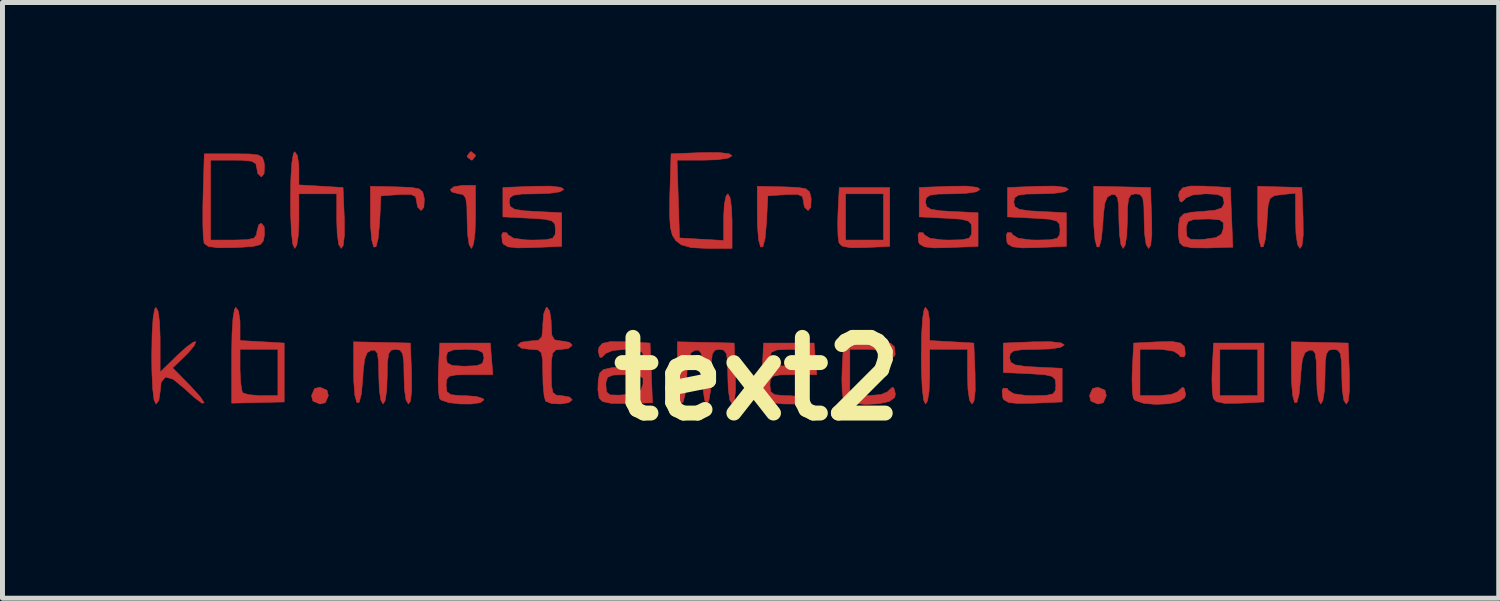
<source format=kicad_pcb>
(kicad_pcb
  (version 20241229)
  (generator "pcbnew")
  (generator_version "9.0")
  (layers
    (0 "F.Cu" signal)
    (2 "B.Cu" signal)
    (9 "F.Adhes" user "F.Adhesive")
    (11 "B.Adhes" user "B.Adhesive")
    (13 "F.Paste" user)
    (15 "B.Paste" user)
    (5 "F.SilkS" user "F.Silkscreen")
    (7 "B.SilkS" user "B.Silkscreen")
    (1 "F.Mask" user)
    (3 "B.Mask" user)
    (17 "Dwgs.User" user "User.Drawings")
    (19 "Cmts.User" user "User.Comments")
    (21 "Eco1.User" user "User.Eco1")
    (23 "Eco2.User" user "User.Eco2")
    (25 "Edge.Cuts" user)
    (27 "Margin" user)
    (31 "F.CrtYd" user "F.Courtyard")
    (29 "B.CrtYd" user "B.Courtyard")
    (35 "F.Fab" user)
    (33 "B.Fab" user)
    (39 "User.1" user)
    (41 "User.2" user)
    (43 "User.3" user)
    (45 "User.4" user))
  (footprint "text2"
    (layer "F.Cu")
    (at 12.197 4.577)
    (property "Reference" "text2" (at 0 0 0) (layer "F.SilkS") (effects (font (size 1.524 1.524) (thickness 0.3))))
    (attr through_hole)
    (fp_poly (pts (xy -8.664 0.229) (xy -8.636 0.339) (xy -8.696 0.48) (xy -8.805 0.508) (xy -8.947 0.448) (xy -8.975 0.339) (xy -8.915 0.197) (xy -8.805 0.169) (xy -8.664 0.229)) (stroke (width 0.01) (type solid)) (fill yes) (layer "F.Cu"))
    (fp_poly (pts (xy -5.675 -4.508) (xy -5.673 -4.487) (xy -5.737 -4.405) (xy -5.757 -4.403) (xy -5.84 -4.467) (xy -5.842 -4.487) (xy -5.778 -4.57) (xy -5.757 -4.572) (xy -5.675 -4.508)) (stroke (width 0.01) (type solid)) (fill yes) (layer "F.Cu"))
    (fp_poly (pts (xy 7 0.229) (xy 7.027 0.339) (xy 6.967 0.48) (xy 6.858 0.508) (xy 6.716 0.448) (xy 6.689 0.339) (xy 6.749 0.197) (xy 6.858 0.169) (xy 7 0.229)) (stroke (width 0.01) (type solid)) (fill yes) (layer "F.Cu"))
    (fp_poly (pts (xy 2.667 -2.667) (xy 2.179 -2.642) (xy 1.874 -2.639) (xy 1.704 -2.674) (xy 1.645 -2.736) (xy 1.625 -2.882) (xy 1.619 -3.134) (xy 1.625 -3.354) (xy 1.644 -3.725) (xy 1.778 -3.725) (xy 1.778 -2.794) (xy 2.54 -2.794) (xy 2.54 -3.725) (xy 1.778 -3.725) (xy 1.644 -3.725) (xy 1.651 -3.852) (xy 2.667 -3.852) (xy 2.667 -2.667)) (stroke (width 0.01) (type solid)) (fill yes) (layer "F.Cu"))
    (fp_poly (pts (xy 10.202 0.466) (xy 9.714 0.491) (xy 9.409 0.494) (xy 9.24 0.458) (xy 9.181 0.397) (xy 9.16 0.251) (xy 9.154 -0.001) (xy 9.161 -0.221) (xy 9.18 -0.593) (xy 9.313 -0.593) (xy 9.313 0.339) (xy 10.075 0.339) (xy 10.075 -0.593) (xy 9.313 -0.593) (xy 9.18 -0.593) (xy 9.186 -0.72) (xy 10.202 -0.72) (xy 10.202 0.466)) (stroke (width 0.01) (type solid)) (fill yes) (layer "F.Cu"))
    (fp_poly (pts (xy -5.673 -3.26) (xy -5.683 -2.94) (xy -5.712 -2.717) (xy -5.753 -2.625) (xy -5.757 -2.625) (xy -5.802 -2.702) (xy -5.832 -2.908) (xy -5.842 -3.175) (xy -5.847 -3.473) (xy -5.871 -3.639) (xy -5.924 -3.711) (xy -6.011 -3.725) (xy -6.149 -3.761) (xy -6.181 -3.81) (xy -6.107 -3.869) (xy -5.93 -3.895) (xy -5.927 -3.895) (xy -5.673 -3.895) (xy -5.673 -3.26)) (stroke (width 0.01) (type solid)) (fill yes) (layer "F.Cu"))
    (fp_poly (pts (xy -7.26 -3.865) (xy -6.971 -3.854) (xy -6.81 -3.826) (xy -6.736 -3.763) (xy -6.707 -3.646) (xy -6.704 -3.619) (xy -6.713 -3.452) (xy -6.768 -3.387) (xy -6.84 -3.458) (xy -6.858 -3.561) (xy -6.879 -3.669) (xy -6.973 -3.713) (xy -7.184 -3.711) (xy -7.218 -3.709) (xy -7.578 -3.683) (xy -7.603 -3.154) (xy -7.633 -2.826) (xy -7.676 -2.661) (xy -7.723 -2.653) (xy -7.763 -2.797) (xy -7.787 -3.087) (xy -7.789 -3.251) (xy -7.789 -3.877) (xy -7.26 -3.865)) (stroke (width 0.01) (type solid)) (fill yes) (layer "F.Cu"))
    (fp_poly (pts (xy 0.529 -3.865) (xy 0.819 -3.854) (xy 0.98 -3.826) (xy 1.054 -3.763) (xy 1.082 -3.646) (xy 1.085 -3.619) (xy 1.077 -3.452) (xy 1.022 -3.387) (xy 0.949 -3.458) (xy 0.931 -3.561) (xy 0.91 -3.669) (xy 0.816 -3.713) (xy 0.605 -3.711) (xy 0.572 -3.709) (xy 0.212 -3.683) (xy 0.186 -3.154) (xy 0.157 -2.826) (xy 0.113 -2.661) (xy 0.067 -2.653) (xy 0.026 -2.797) (xy 0.003 -3.087) (xy 0 -3.251) (xy 0 -3.877) (xy 0.529 -3.865)) (stroke (width 0.01) (type solid)) (fill yes) (layer "F.Cu"))
    (fp_poly (pts (xy 10.52 -3.864) (xy 10.964 -3.852) (xy 10.989 -3.239) (xy 10.992 -2.894) (xy 10.967 -2.684) (xy 10.926 -2.625) (xy 10.877 -2.704) (xy 10.846 -2.919) (xy 10.837 -3.18) (xy 10.837 -3.736) (xy 10.562 -3.71) (xy 10.412 -3.689) (xy 10.327 -3.635) (xy 10.287 -3.508) (xy 10.267 -3.267) (xy 10.262 -3.154) (xy 10.232 -2.826) (xy 10.189 -2.661) (xy 10.142 -2.653) (xy 10.102 -2.797) (xy 10.078 -3.088) (xy 10.075 -3.251) (xy 10.075 -3.877) (xy 10.52 -3.864)) (stroke (width 0.01) (type solid)) (fill yes) (layer "F.Cu"))
    (fp_poly (pts (xy -10.445 -1.364) (xy -10.416 -1.177) (xy -10.414 -1.105) (xy -10.414 -0.771) (xy -9.525 -0.72) (xy -9.525 0.466) (xy -10.054 0.478) (xy -10.583 0.49) (xy -10.583 -0.474) (xy -10.581 -0.593) (xy -10.414 -0.593) (xy -10.414 -0.183) (xy -10.403 0.067) (xy -10.376 0.242) (xy -10.358 0.282) (xy -10.243 0.319) (xy -10.032 0.338) (xy -9.977 0.339) (xy -9.652 0.339) (xy -9.652 -0.593) (xy -10.414 -0.593) (xy -10.581 -0.593) (xy -10.576 -0.905) (xy -10.556 -1.222) (xy -10.525 -1.403) (xy -10.499 -1.439) (xy -10.445 -1.364)) (stroke (width 0.01) (type solid)) (fill yes) (layer "F.Cu"))
    (fp_poly (pts (xy 3.44 -1.364) (xy 3.469 -1.177) (xy 3.471 -1.105) (xy 3.471 -0.771) (xy 4.36 -0.72) (xy 4.385 -0.106) (xy 4.388 0.238) (xy 4.363 0.448) (xy 4.322 0.508) (xy 4.273 0.429) (xy 4.242 0.214) (xy 4.233 -0.042) (xy 4.233 -0.593) (xy 3.471 -0.593) (xy 3.471 -0.042) (xy 3.459 0.245) (xy 3.428 0.442) (xy 3.387 0.508) (xy 3.349 0.427) (xy 3.321 0.197) (xy 3.305 -0.161) (xy 3.302 -0.466) (xy 3.309 -0.899) (xy 3.329 -1.218) (xy 3.36 -1.402) (xy 3.387 -1.439) (xy 3.44 -1.364)) (stroke (width 0.01) (type solid)) (fill yes) (layer "F.Cu"))
    (fp_poly (pts (xy -9.26 -4.497) (xy -9.231 -4.31) (xy -9.229 -4.238) (xy -9.229 -3.904) (xy -8.784 -3.878) (xy -8.34 -3.852) (xy -8.315 -3.239) (xy -8.312 -2.894) (xy -8.337 -2.684) (xy -8.378 -2.625) (xy -8.427 -2.704) (xy -8.458 -2.919) (xy -8.467 -3.175) (xy -8.467 -3.725) (xy -9.229 -3.725) (xy -9.229 -3.175) (xy -9.241 -2.887) (xy -9.272 -2.691) (xy -9.313 -2.625) (xy -9.351 -2.706) (xy -9.379 -2.936) (xy -9.395 -3.294) (xy -9.398 -3.598) (xy -9.391 -4.032) (xy -9.371 -4.35) (xy -9.34 -4.534) (xy -9.313 -4.572) (xy -9.26 -4.497)) (stroke (width 0.01) (type solid)) (fill yes) (layer "F.Cu"))
    (fp_poly (pts (xy -0.568 -4.532) (xy -0.508 -4.491) (xy -0.587 -4.443) (xy -0.802 -4.411) (xy -1.062 -4.403) (xy -1.615 -4.403) (xy -1.566 -2.836) (xy -0.677 -2.785) (xy -0.677 -3.255) (xy -0.664 -3.512) (xy -0.628 -3.682) (xy -0.593 -3.725) (xy -0.548 -3.648) (xy -0.518 -3.442) (xy -0.508 -3.175) (xy -0.508 -2.625) (xy -1.003 -2.625) (xy -1.326 -2.641) (xy -1.529 -2.697) (xy -1.641 -2.783) (xy -1.71 -2.891) (xy -1.751 -3.051) (xy -1.766 -3.3) (xy -1.762 -3.676) (xy -1.76 -3.736) (xy -1.736 -4.53) (xy -1.122 -4.555) (xy -0.778 -4.557) (xy -0.568 -4.532)) (stroke (width 0.01) (type solid)) (fill yes) (layer "F.Cu"))
    (fp_poly (pts (xy 2.682 -0.719) (xy 2.759 -0.647) (xy 2.763 -0.636) (xy 2.776 -0.488) (xy 2.751 -0.441) (xy 2.671 -0.447) (xy 2.648 -0.487) (xy 2.542 -0.556) (xy 2.314 -0.591) (xy 2.237 -0.593) (xy 1.863 -0.593) (xy 1.863 0.339) (xy 2.237 0.339) (xy 2.491 0.316) (xy 2.634 0.255) (xy 2.648 0.233) (xy 2.719 0.171) (xy 2.751 0.187) (xy 2.781 0.307) (xy 2.765 0.377) (xy 2.656 0.456) (xy 2.442 0.502) (xy 2.182 0.515) (xy 1.937 0.493) (xy 1.767 0.436) (xy 1.728 0.393) (xy 1.709 0.249) (xy 1.703 -0.001) (xy 1.71 -0.221) (xy 1.736 -0.72) (xy 2.224 -0.745) (xy 2.517 -0.75) (xy 2.682 -0.719)) (stroke (width 0.01) (type solid)) (fill yes) (layer "F.Cu"))
    (fp_poly (pts (xy 8.524 -0.719) (xy 8.601 -0.647) (xy 8.605 -0.636) (xy 8.618 -0.488) (xy 8.593 -0.441) (xy 8.513 -0.447) (xy 8.49 -0.487) (xy 8.384 -0.556) (xy 8.156 -0.591) (xy 8.079 -0.593) (xy 7.705 -0.593) (xy 7.705 0.339) (xy 8.079 0.339) (xy 8.333 0.316) (xy 8.476 0.255) (xy 8.49 0.233) (xy 8.561 0.171) (xy 8.593 0.187) (xy 8.623 0.307) (xy 8.607 0.377) (xy 8.498 0.456) (xy 8.284 0.502) (xy 8.024 0.515) (xy 7.779 0.493) (xy 7.609 0.436) (xy 7.57 0.393) (xy 7.551 0.249) (xy 7.545 -0.001) (xy 7.552 -0.221) (xy 7.578 -0.72) (xy 8.066 -0.745) (xy 8.359 -0.75) (xy 8.524 -0.719)) (stroke (width 0.01) (type solid)) (fill yes) (layer "F.Cu"))
    (fp_poly (pts (xy -12.065 -1.36) (xy -12.035 -1.146) (xy -12.023 -0.829) (xy -12.023 -0.787) (xy -12.023 -0.135) (xy -11.686 -0.464) (xy -11.495 -0.637) (xy -11.354 -0.738) (xy -11.305 -0.75) (xy -11.333 -0.672) (xy -11.455 -0.526) (xy -11.517 -0.464) (xy -11.771 -0.22) (xy -11.413 0.144) (xy -11.212 0.366) (xy -11.137 0.484) (xy -11.179 0.491) (xy -11.328 0.382) (xy -11.525 0.202) (xy -11.759 0.009) (xy -11.917 -0.036) (xy -12.003 0.07) (xy -12.023 0.259) (xy -12.048 0.435) (xy -12.107 0.508) (xy -12.145 0.427) (xy -12.173 0.197) (xy -12.189 -0.161) (xy -12.192 -0.466) (xy -12.185 -0.899) (xy -12.165 -1.218) (xy -12.134 -1.402) (xy -12.107 -1.439) (xy -12.065 -1.36)) (stroke (width 0.01) (type solid)) (fill yes) (layer "F.Cu"))
    (fp_poly (pts (xy -6.985 -0.72) (xy -6.96 -0.106) (xy -6.958 0.238) (xy -6.982 0.448) (xy -7.024 0.508) (xy -7.072 0.429) (xy -7.103 0.214) (xy -7.112 -0.042) (xy -7.117 -0.34) (xy -7.141 -0.506) (xy -7.194 -0.578) (xy -7.281 -0.593) (xy -7.373 -0.576) (xy -7.424 -0.499) (xy -7.446 -0.326) (xy -7.451 -0.042) (xy -7.463 0.245) (xy -7.494 0.442) (xy -7.535 0.508) (xy -7.579 0.43) (xy -7.61 0.224) (xy -7.62 -0.049) (xy -7.626 -0.348) (xy -7.648 -0.513) (xy -7.698 -0.576) (xy -7.768 -0.577) (xy -7.854 -0.527) (xy -7.906 -0.393) (xy -7.935 -0.139) (xy -7.942 -0.02) (xy -7.971 0.307) (xy -8.015 0.472) (xy -8.061 0.48) (xy -8.102 0.336) (xy -8.125 0.045) (xy -8.128 -0.118) (xy -8.128 -0.745) (xy -6.985 -0.72)) (stroke (width 0.01) (type solid)) (fill yes) (layer "F.Cu"))
    (fp_poly (pts (xy -0.466 -0.72) (xy -0.441 -0.106) (xy -0.438 0.238) (xy -0.463 0.448) (xy -0.504 0.508) (xy -0.553 0.429) (xy -0.584 0.214) (xy -0.593 -0.042) (xy -0.598 -0.34) (xy -0.621 -0.506) (xy -0.675 -0.578) (xy -0.762 -0.593) (xy -0.854 -0.576) (xy -0.905 -0.499) (xy -0.927 -0.326) (xy -0.931 -0.042) (xy -0.943 0.245) (xy -0.975 0.442) (xy -1.016 0.508) (xy -1.06 0.43) (xy -1.09 0.224) (xy -1.101 -0.049) (xy -1.106 -0.348) (xy -1.129 -0.513) (xy -1.179 -0.576) (xy -1.249 -0.577) (xy -1.335 -0.527) (xy -1.387 -0.393) (xy -1.416 -0.139) (xy -1.422 -0.02) (xy -1.452 0.307) (xy -1.495 0.472) (xy -1.542 0.48) (xy -1.582 0.336) (xy -1.606 0.045) (xy -1.609 -0.118) (xy -1.609 -0.745) (xy -0.466 -0.72)) (stroke (width 0.01) (type solid)) (fill yes) (layer "F.Cu"))
    (fp_poly (pts (xy 11.896 -0.72) (xy 11.921 -0.106) (xy 11.923 0.238) (xy 11.898 0.448) (xy 11.857 0.508) (xy 11.808 0.429) (xy 11.777 0.214) (xy 11.769 -0.042) (xy 11.763 -0.34) (xy 11.74 -0.506) (xy 11.687 -0.578) (xy 11.599 -0.593) (xy 11.508 -0.576) (xy 11.457 -0.499) (xy 11.435 -0.326) (xy 11.43 -0.042) (xy 11.418 0.245) (xy 11.386 0.442) (xy 11.345 0.508) (xy 11.301 0.43) (xy 11.271 0.224) (xy 11.261 -0.049) (xy 11.255 -0.348) (xy 11.232 -0.513) (xy 11.182 -0.576) (xy 11.113 -0.577) (xy 11.027 -0.527) (xy 10.975 -0.393) (xy 10.946 -0.139) (xy 10.939 -0.02) (xy 10.909 0.307) (xy 10.866 0.472) (xy 10.819 0.48) (xy 10.779 0.336) (xy 10.755 0.045) (xy 10.753 -0.118) (xy 10.753 -0.745) (xy 11.896 -0.72)) (stroke (width 0.01) (type solid)) (fill yes) (layer "F.Cu"))
    (fp_poly (pts (xy 7.345 -3.865) (xy 7.916 -3.852) (xy 7.941 -3.239) (xy 7.944 -2.894) (xy 7.919 -2.684) (xy 7.878 -2.625) (xy 7.829 -2.704) (xy 7.798 -2.919) (xy 7.789 -3.175) (xy 7.784 -3.473) (xy 7.761 -3.639) (xy 7.707 -3.711) (xy 7.62 -3.725) (xy 7.528 -3.708) (xy 7.477 -3.632) (xy 7.455 -3.459) (xy 7.451 -3.175) (xy 7.439 -2.887) (xy 7.407 -2.691) (xy 7.366 -2.625) (xy 7.322 -2.703) (xy 7.292 -2.909) (xy 7.281 -3.181) (xy 7.276 -3.481) (xy 7.253 -3.645) (xy 7.203 -3.709) (xy 7.133 -3.71) (xy 7.047 -3.659) (xy 6.995 -3.526) (xy 6.966 -3.272) (xy 6.96 -3.153) (xy 6.93 -2.826) (xy 6.887 -2.661) (xy 6.84 -2.653) (xy 6.8 -2.797) (xy 6.776 -3.087) (xy 6.773 -3.251) (xy 6.773 -3.877) (xy 7.345 -3.865)) (stroke (width 0.01) (type solid)) (fill yes) (layer "F.Cu"))
    (fp_poly (pts (xy -10.231 -4.527) (xy -10.052 -4.508) (xy -9.965 -4.46) (xy -9.931 -4.366) (xy -9.922 -4.297) (xy -9.93 -4.129) (xy -9.985 -4.064) (xy -10.058 -4.135) (xy -10.075 -4.233) (xy -10.096 -4.331) (xy -10.183 -4.382) (xy -10.378 -4.401) (xy -10.541 -4.403) (xy -11.007 -4.403) (xy -11.007 -2.794) (xy -10.541 -2.794) (xy -10.272 -2.801) (xy -10.132 -2.833) (xy -10.08 -2.904) (xy -10.075 -2.963) (xy -10.038 -3.101) (xy -9.985 -3.133) (xy -9.928 -3.061) (xy -9.922 -2.9) (xy -9.945 -2.776) (xy -10.005 -2.704) (xy -10.142 -2.667) (xy -10.395 -2.648) (xy -10.521 -2.642) (xy -10.855 -2.638) (xy -11.051 -2.665) (xy -11.135 -2.726) (xy -11.138 -2.733) (xy -11.155 -2.863) (xy -11.163 -3.12) (xy -11.163 -3.46) (xy -11.158 -3.689) (xy -11.134 -4.53) (xy -10.541 -4.53) (xy -10.231 -4.527)) (stroke (width 0.01) (type solid)) (fill yes) (layer "F.Cu"))
    (fp_poly (pts (xy -3.954 -3.855) (xy -3.895 -3.814) (xy -3.974 -3.765) (xy -4.189 -3.734) (xy -4.445 -3.725) (xy -4.743 -3.72) (xy -4.91 -3.696) (xy -4.981 -3.643) (xy -4.995 -3.56) (xy -4.974 -3.468) (xy -4.885 -3.413) (xy -4.692 -3.383) (xy -4.466 -3.37) (xy -3.937 -3.344) (xy -3.937 -2.667) (xy -4.51 -2.642) (xy -4.829 -2.636) (xy -5.018 -2.657) (xy -5.112 -2.712) (xy -5.134 -2.751) (xy -5.146 -2.899) (xy -5.121 -2.946) (xy -5.042 -2.94) (xy -5.019 -2.9) (xy -4.909 -2.831) (xy -4.655 -2.797) (xy -4.523 -2.794) (xy -4.258 -2.8) (xy -4.122 -2.83) (xy -4.071 -2.903) (xy -4.064 -3.002) (xy -4.076 -3.116) (xy -4.138 -3.181) (xy -4.289 -3.214) (xy -4.567 -3.233) (xy -4.593 -3.234) (xy -5.122 -3.26) (xy -5.122 -3.852) (xy -4.508 -3.877) (xy -4.164 -3.88) (xy -3.954 -3.855)) (stroke (width 0.01) (type solid)) (fill yes) (layer "F.Cu"))
    (fp_poly (pts (xy 4.428 -3.855) (xy 4.487 -3.814) (xy 4.408 -3.765) (xy 4.193 -3.734) (xy 3.937 -3.725) (xy 3.639 -3.72) (xy 3.472 -3.696) (xy 3.401 -3.643) (xy 3.387 -3.56) (xy 3.408 -3.468) (xy 3.497 -3.413) (xy 3.69 -3.383) (xy 3.916 -3.37) (xy 4.445 -3.344) (xy 4.445 -2.667) (xy 3.872 -2.642) (xy 3.553 -2.636) (xy 3.364 -2.657) (xy 3.27 -2.712) (xy 3.248 -2.751) (xy 3.236 -2.899) (xy 3.261 -2.946) (xy 3.34 -2.94) (xy 3.363 -2.9) (xy 3.473 -2.831) (xy 3.727 -2.797) (xy 3.859 -2.794) (xy 4.124 -2.8) (xy 4.26 -2.83) (xy 4.311 -2.903) (xy 4.318 -3.002) (xy 4.306 -3.116) (xy 4.244 -3.181) (xy 4.093 -3.214) (xy 3.815 -3.233) (xy 3.789 -3.234) (xy 3.26 -3.26) (xy 3.26 -3.852) (xy 3.873 -3.877) (xy 4.218 -3.88) (xy 4.428 -3.855)) (stroke (width 0.01) (type solid)) (fill yes) (layer "F.Cu"))
    (fp_poly (pts (xy 6.121 -0.722) (xy 6.181 -0.681) (xy 6.102 -0.632) (xy 5.887 -0.601) (xy 5.63 -0.593) (xy 5.332 -0.587) (xy 5.166 -0.563) (xy 5.094 -0.51) (xy 5.08 -0.427) (xy 5.101 -0.335) (xy 5.19 -0.281) (xy 5.384 -0.251) (xy 5.609 -0.237) (xy 6.138 -0.212) (xy 6.138 0.466) (xy 5.566 0.491) (xy 5.246 0.497) (xy 5.058 0.476) (xy 4.964 0.421) (xy 4.941 0.381) (xy 4.929 0.234) (xy 4.954 0.187) (xy 5.034 0.193) (xy 5.056 0.233) (xy 5.166 0.301) (xy 5.42 0.336) (xy 5.553 0.339) (xy 5.817 0.333) (xy 5.954 0.303) (xy 6.005 0.23) (xy 6.011 0.131) (xy 5.999 0.017) (xy 5.937 -0.048) (xy 5.786 -0.082) (xy 5.508 -0.101) (xy 5.482 -0.102) (xy 4.953 -0.127) (xy 4.953 -0.72) (xy 5.567 -0.745) (xy 5.911 -0.747) (xy 6.121 -0.722)) (stroke (width 0.01) (type solid)) (fill yes) (layer "F.Cu"))
    (fp_poly (pts (xy 6.206 -3.855) (xy 6.265 -3.814) (xy 6.186 -3.765) (xy 5.971 -3.734) (xy 5.715 -3.725) (xy 5.417 -3.72) (xy 5.25 -3.696) (xy 5.179 -3.643) (xy 5.165 -3.56) (xy 5.186 -3.468) (xy 5.275 -3.413) (xy 5.468 -3.383) (xy 5.694 -3.37) (xy 6.223 -3.344) (xy 6.223 -2.667) (xy 5.65 -2.642) (xy 5.331 -2.636) (xy 5.142 -2.657) (xy 5.048 -2.712) (xy 5.026 -2.751) (xy 5.014 -2.899) (xy 5.039 -2.946) (xy 5.118 -2.94) (xy 5.141 -2.9) (xy 5.251 -2.831) (xy 5.505 -2.797) (xy 5.637 -2.794) (xy 5.902 -2.8) (xy 6.038 -2.83) (xy 6.089 -2.903) (xy 6.096 -3.002) (xy 6.084 -3.116) (xy 6.022 -3.181) (xy 5.871 -3.214) (xy 5.593 -3.233) (xy 5.567 -3.234) (xy 5.038 -3.26) (xy 5.038 -3.852) (xy 5.652 -3.877) (xy 5.996 -3.88) (xy 6.206 -3.855)) (stroke (width 0.01) (type solid)) (fill yes) (layer "F.Cu"))
    (fp_poly (pts (xy -5.35 -0.402) (xy -5.324 -0.085) (xy -5.795 -0.085) (xy -6.063 -0.079) (xy -6.204 -0.051) (xy -6.257 0.019) (xy -6.265 0.127) (xy -6.25 0.258) (xy -6.172 0.319) (xy -5.987 0.338) (xy -5.884 0.339) (xy -5.657 0.355) (xy -5.521 0.398) (xy -5.503 0.423) (xy -5.577 0.48) (xy -5.758 0.507) (xy -5.989 0.506) (xy -6.211 0.479) (xy -6.365 0.428) (xy -6.4 0.393) (xy -6.419 0.249) (xy -6.425 -0.001) (xy -6.418 -0.221) (xy -6.408 -0.423) (xy -6.265 -0.423) (xy -6.24 -0.318) (xy -6.137 -0.267) (xy -5.912 -0.254) (xy -5.884 -0.254) (xy -5.646 -0.265) (xy -5.534 -0.311) (xy -5.503 -0.411) (xy -5.503 -0.423) (xy -5.528 -0.529) (xy -5.632 -0.579) (xy -5.857 -0.593) (xy -5.884 -0.593) (xy -6.122 -0.582) (xy -6.235 -0.536) (xy -6.265 -0.435) (xy -6.265 -0.423) (xy -6.408 -0.423) (xy -6.392 -0.72) (xy -5.376 -0.72) (xy -5.35 -0.402)) (stroke (width 0.01) (type solid)) (fill yes) (layer "F.Cu"))
    (fp_poly (pts (xy 1.169 -0.402) (xy 1.196 -0.085) (xy 0.725 -0.085) (xy 0.456 -0.079) (xy 0.316 -0.051) (xy 0.262 0.019) (xy 0.254 0.127) (xy 0.27 0.258) (xy 0.347 0.319) (xy 0.532 0.338) (xy 0.635 0.339) (xy 0.862 0.355) (xy 0.999 0.398) (xy 1.016 0.423) (xy 0.943 0.48) (xy 0.761 0.507) (xy 0.531 0.506) (xy 0.309 0.479) (xy 0.154 0.428) (xy 0.12 0.393) (xy 0.1 0.249) (xy 0.095 -0.001) (xy 0.101 -0.221) (xy 0.112 -0.423) (xy 0.254 -0.423) (xy 0.279 -0.318) (xy 0.382 -0.267) (xy 0.608 -0.254) (xy 0.635 -0.254) (xy 0.873 -0.265) (xy 0.986 -0.311) (xy 1.016 -0.411) (xy 1.016 -0.423) (xy 0.991 -0.529) (xy 0.888 -0.579) (xy 0.662 -0.593) (xy 0.635 -0.593) (xy 0.397 -0.582) (xy 0.284 -0.536) (xy 0.254 -0.435) (xy 0.254 -0.423) (xy 0.112 -0.423) (xy 0.127 -0.72) (xy 1.143 -0.72) (xy 1.169 -0.402)) (stroke (width 0.01) (type solid)) (fill yes) (layer "F.Cu"))
    (fp_poly (pts (xy -4.18 -1.364) (xy -4.151 -1.177) (xy -4.149 -1.101) (xy -4.137 -0.882) (xy -4.083 -0.785) (xy -3.955 -0.762) (xy -3.937 -0.762) (xy -3.778 -0.733) (xy -3.725 -0.677) (xy -3.798 -0.614) (xy -3.937 -0.593) (xy -4.058 -0.581) (xy -4.121 -0.517) (xy -4.145 -0.36) (xy -4.149 -0.127) (xy -4.143 0.14) (xy -4.114 0.279) (xy -4.043 0.331) (xy -3.937 0.339) (xy -3.778 0.368) (xy -3.725 0.423) (xy -3.796 0.48) (xy -3.96 0.506) (xy -4.14 0.498) (xy -4.261 0.452) (xy -4.262 0.452) (xy -4.292 0.342) (xy -4.313 0.118) (xy -4.318 -0.099) (xy -4.322 -0.375) (xy -4.346 -0.522) (xy -4.413 -0.581) (xy -4.542 -0.593) (xy -4.572 -0.593) (xy -4.75 -0.617) (xy -4.826 -0.676) (xy -4.826 -0.677) (xy -4.752 -0.737) (xy -4.575 -0.762) (xy -4.572 -0.762) (xy -4.409 -0.775) (xy -4.337 -0.848) (xy -4.318 -1.028) (xy -4.318 -1.101) (xy -4.299 -1.313) (xy -4.252 -1.431) (xy -4.233 -1.439) (xy -4.18 -1.364)) (stroke (width 0.01) (type solid)) (fill yes) (layer "F.Cu"))
    (fp_poly (pts (xy -2.687 -0.747) (xy -2.647 -0.745) (xy -2.159 -0.72) (xy -2.134 -0.119) (xy -2.11 0.482) (xy -2.623 0.498) (xy -2.937 0.495) (xy -3.114 0.458) (xy -3.183 0.391) (xy -3.209 0.218) (xy -3.206 0.132) (xy -3.048 0.132) (xy -3.034 0.267) (xy -2.961 0.324) (xy -2.782 0.329) (xy -2.688 0.322) (xy -2.453 0.29) (xy -2.339 0.22) (xy -2.301 0.106) (xy -2.301 -0.011) (xy -2.372 -0.067) (xy -2.555 -0.084) (xy -2.661 -0.085) (xy -2.898 -0.076) (xy -3.012 -0.035) (xy -3.046 0.066) (xy -3.048 0.132) (xy -3.206 0.132) (xy -3.202 0.028) (xy -3.174 -0.113) (xy -3.098 -0.188) (xy -2.932 -0.223) (xy -2.731 -0.237) (xy -2.467 -0.262) (xy -2.332 -0.308) (xy -2.288 -0.393) (xy -2.286 -0.428) (xy -2.313 -0.532) (xy -2.422 -0.581) (xy -2.657 -0.593) (xy -2.66 -0.593) (xy -2.914 -0.57) (xy -3.058 -0.509) (xy -3.072 -0.487) (xy -3.142 -0.425) (xy -3.174 -0.441) (xy -3.204 -0.561) (xy -3.186 -0.636) (xy -3.118 -0.714) (xy -2.964 -0.748) (xy -2.687 -0.747)) (stroke (width 0.01) (type solid)) (fill yes) (layer "F.Cu"))
    (fp_poly (pts (xy 8.997 -3.88) (xy 9.037 -3.878) (xy 9.525 -3.852) (xy 9.55 -3.251) (xy 9.574 -2.65) (xy 9.061 -2.635) (xy 8.747 -2.638) (xy 8.57 -2.675) (xy 8.501 -2.742) (xy 8.475 -2.914) (xy 8.478 -3.001) (xy 8.636 -3.001) (xy 8.65 -2.866) (xy 8.723 -2.809) (xy 8.902 -2.804) (xy 8.996 -2.81) (xy 9.231 -2.843) (xy 9.345 -2.913) (xy 9.383 -3.027) (xy 9.383 -3.144) (xy 9.312 -3.199) (xy 9.129 -3.217) (xy 9.023 -3.217) (xy 8.786 -3.209) (xy 8.672 -3.167) (xy 8.638 -3.067) (xy 8.636 -3.001) (xy 8.478 -3.001) (xy 8.482 -3.104) (xy 8.51 -3.245) (xy 8.586 -3.32) (xy 8.752 -3.355) (xy 8.954 -3.37) (xy 9.217 -3.395) (xy 9.352 -3.441) (xy 9.396 -3.526) (xy 9.398 -3.56) (xy 9.371 -3.665) (xy 9.262 -3.713) (xy 9.027 -3.725) (xy 9.024 -3.725) (xy 8.77 -3.702) (xy 8.626 -3.641) (xy 8.612 -3.619) (xy 8.542 -3.558) (xy 8.51 -3.574) (xy 8.48 -3.694) (xy 8.498 -3.768) (xy 8.566 -3.846) (xy 8.72 -3.881) (xy 8.997 -3.88)) (stroke (width 0.01) (type solid)) (fill yes) (layer "F.Cu"))
    (fp_poly (pts (xy -8.664 0.229) (xy -8.636 0.339) (xy -8.696 0.48) (xy -8.805 0.508) (xy -8.947 0.448) (xy -8.975 0.339) (xy -8.915 0.197) (xy -8.805 0.169) (xy -8.664 0.229)) (stroke (width 0.01) (type solid)) (fill yes) (layer "F.Mask"))
    (fp_poly (pts (xy -5.675 -4.508) (xy -5.673 -4.487) (xy -5.737 -4.405) (xy -5.757 -4.403) (xy -5.84 -4.467) (xy -5.842 -4.487) (xy -5.778 -4.57) (xy -5.757 -4.572) (xy -5.675 -4.508)) (stroke (width 0.01) (type solid)) (fill yes) (layer "F.Mask"))
    (fp_poly (pts (xy 7 0.229) (xy 7.027 0.339) (xy 6.967 0.48) (xy 6.858 0.508) (xy 6.716 0.448) (xy 6.689 0.339) (xy 6.749 0.197) (xy 6.858 0.169) (xy 7 0.229)) (stroke (width 0.01) (type solid)) (fill yes) (layer "F.Mask"))
    (fp_poly (pts (xy 2.667 -2.667) (xy 2.179 -2.642) (xy 1.874 -2.639) (xy 1.704 -2.674) (xy 1.645 -2.736) (xy 1.625 -2.882) (xy 1.619 -3.134) (xy 1.625 -3.354) (xy 1.644 -3.725) (xy 1.778 -3.725) (xy 1.778 -2.794) (xy 2.54 -2.794) (xy 2.54 -3.725) (xy 1.778 -3.725) (xy 1.644 -3.725) (xy 1.651 -3.852) (xy 2.667 -3.852) (xy 2.667 -2.667)) (stroke (width 0.01) (type solid)) (fill yes) (layer "F.Mask"))
    (fp_poly (pts (xy 10.202 0.466) (xy 9.714 0.491) (xy 9.409 0.494) (xy 9.24 0.458) (xy 9.181 0.397) (xy 9.16 0.251) (xy 9.154 -0.001) (xy 9.161 -0.221) (xy 9.18 -0.593) (xy 9.313 -0.593) (xy 9.313 0.339) (xy 10.075 0.339) (xy 10.075 -0.593) (xy 9.313 -0.593) (xy 9.18 -0.593) (xy 9.186 -0.72) (xy 10.202 -0.72) (xy 10.202 0.466)) (stroke (width 0.01) (type solid)) (fill yes) (layer "F.Mask"))
    (fp_poly (pts (xy -5.673 -3.26) (xy -5.683 -2.94) (xy -5.712 -2.717) (xy -5.753 -2.625) (xy -5.757 -2.625) (xy -5.802 -2.702) (xy -5.832 -2.908) (xy -5.842 -3.175) (xy -5.847 -3.473) (xy -5.871 -3.639) (xy -5.924 -3.711) (xy -6.011 -3.725) (xy -6.149 -3.761) (xy -6.181 -3.81) (xy -6.107 -3.869) (xy -5.93 -3.895) (xy -5.927 -3.895) (xy -5.673 -3.895) (xy -5.673 -3.26)) (stroke (width 0.01) (type solid)) (fill yes) (layer "F.Mask"))
    (fp_poly (pts (xy -7.26 -3.865) (xy -6.971 -3.854) (xy -6.81 -3.826) (xy -6.736 -3.763) (xy -6.707 -3.646) (xy -6.704 -3.619) (xy -6.713 -3.452) (xy -6.768 -3.387) (xy -6.84 -3.458) (xy -6.858 -3.561) (xy -6.879 -3.669) (xy -6.973 -3.713) (xy -7.184 -3.711) (xy -7.218 -3.709) (xy -7.578 -3.683) (xy -7.603 -3.154) (xy -7.633 -2.826) (xy -7.676 -2.661) (xy -7.723 -2.653) (xy -7.763 -2.797) (xy -7.787 -3.087) (xy -7.789 -3.251) (xy -7.789 -3.877) (xy -7.26 -3.865)) (stroke (width 0.01) (type solid)) (fill yes) (layer "F.Mask"))
    (fp_poly (pts (xy 0.529 -3.865) (xy 0.819 -3.854) (xy 0.98 -3.826) (xy 1.054 -3.763) (xy 1.082 -3.646) (xy 1.085 -3.619) (xy 1.077 -3.452) (xy 1.022 -3.387) (xy 0.949 -3.458) (xy 0.931 -3.561) (xy 0.91 -3.669) (xy 0.816 -3.713) (xy 0.605 -3.711) (xy 0.572 -3.709) (xy 0.212 -3.683) (xy 0.186 -3.154) (xy 0.157 -2.826) (xy 0.113 -2.661) (xy 0.067 -2.653) (xy 0.026 -2.797) (xy 0.003 -3.087) (xy 0 -3.251) (xy 0 -3.877) (xy 0.529 -3.865)) (stroke (width 0.01) (type solid)) (fill yes) (layer "F.Mask"))
    (fp_poly (pts (xy 10.52 -3.864) (xy 10.964 -3.852) (xy 10.989 -3.239) (xy 10.992 -2.894) (xy 10.967 -2.684) (xy 10.926 -2.625) (xy 10.877 -2.704) (xy 10.846 -2.919) (xy 10.837 -3.18) (xy 10.837 -3.736) (xy 10.562 -3.71) (xy 10.412 -3.689) (xy 10.327 -3.635) (xy 10.287 -3.508) (xy 10.267 -3.267) (xy 10.262 -3.154) (xy 10.232 -2.826) (xy 10.189 -2.661) (xy 10.142 -2.653) (xy 10.102 -2.797) (xy 10.078 -3.088) (xy 10.075 -3.251) (xy 10.075 -3.877) (xy 10.52 -3.864)) (stroke (width 0.01) (type solid)) (fill yes) (layer "F.Mask"))
    (fp_poly (pts (xy -10.445 -1.364) (xy -10.416 -1.177) (xy -10.414 -1.105) (xy -10.414 -0.771) (xy -9.525 -0.72) (xy -9.525 0.466) (xy -10.054 0.478) (xy -10.583 0.49) (xy -10.583 -0.474) (xy -10.581 -0.593) (xy -10.414 -0.593) (xy -10.414 -0.183) (xy -10.403 0.067) (xy -10.376 0.242) (xy -10.358 0.282) (xy -10.243 0.319) (xy -10.032 0.338) (xy -9.977 0.339) (xy -9.652 0.339) (xy -9.652 -0.593) (xy -10.414 -0.593) (xy -10.581 -0.593) (xy -10.576 -0.905) (xy -10.556 -1.222) (xy -10.525 -1.403) (xy -10.499 -1.439) (xy -10.445 -1.364)) (stroke (width 0.01) (type solid)) (fill yes) (layer "F.Mask"))
    (fp_poly (pts (xy 3.44 -1.364) (xy 3.469 -1.177) (xy 3.471 -1.105) (xy 3.471 -0.771) (xy 4.36 -0.72) (xy 4.385 -0.106) (xy 4.388 0.238) (xy 4.363 0.448) (xy 4.322 0.508) (xy 4.273 0.429) (xy 4.242 0.214) (xy 4.233 -0.042) (xy 4.233 -0.593) (xy 3.471 -0.593) (xy 3.471 -0.042) (xy 3.459 0.245) (xy 3.428 0.442) (xy 3.387 0.508) (xy 3.349 0.427) (xy 3.321 0.197) (xy 3.305 -0.161) (xy 3.302 -0.466) (xy 3.309 -0.899) (xy 3.329 -1.218) (xy 3.36 -1.402) (xy 3.387 -1.439) (xy 3.44 -1.364)) (stroke (width 0.01) (type solid)) (fill yes) (layer "F.Mask"))
    (fp_poly (pts (xy -9.26 -4.497) (xy -9.231 -4.31) (xy -9.229 -4.238) (xy -9.229 -3.904) (xy -8.784 -3.878) (xy -8.34 -3.852) (xy -8.315 -3.239) (xy -8.312 -2.894) (xy -8.337 -2.684) (xy -8.378 -2.625) (xy -8.427 -2.704) (xy -8.458 -2.919) (xy -8.467 -3.175) (xy -8.467 -3.725) (xy -9.229 -3.725) (xy -9.229 -3.175) (xy -9.241 -2.887) (xy -9.272 -2.691) (xy -9.313 -2.625) (xy -9.351 -2.706) (xy -9.379 -2.936) (xy -9.395 -3.294) (xy -9.398 -3.598) (xy -9.391 -4.032) (xy -9.371 -4.35) (xy -9.34 -4.534) (xy -9.313 -4.572) (xy -9.26 -4.497)) (stroke (width 0.01) (type solid)) (fill yes) (layer "F.Mask"))
    (fp_poly (pts (xy -0.568 -4.532) (xy -0.508 -4.491) (xy -0.587 -4.443) (xy -0.802 -4.411) (xy -1.062 -4.403) (xy -1.615 -4.403) (xy -1.566 -2.836) (xy -0.677 -2.785) (xy -0.677 -3.255) (xy -0.664 -3.512) (xy -0.628 -3.682) (xy -0.593 -3.725) (xy -0.548 -3.648) (xy -0.518 -3.442) (xy -0.508 -3.175) (xy -0.508 -2.625) (xy -1.003 -2.625) (xy -1.326 -2.641) (xy -1.529 -2.697) (xy -1.641 -2.783) (xy -1.71 -2.891) (xy -1.751 -3.051) (xy -1.766 -3.3) (xy -1.762 -3.676) (xy -1.76 -3.736) (xy -1.736 -4.53) (xy -1.122 -4.555) (xy -0.778 -4.557) (xy -0.568 -4.532)) (stroke (width 0.01) (type solid)) (fill yes) (layer "F.Mask"))
    (fp_poly (pts (xy 2.682 -0.719) (xy 2.759 -0.647) (xy 2.763 -0.636) (xy 2.776 -0.488) (xy 2.751 -0.441) (xy 2.671 -0.447) (xy 2.648 -0.487) (xy 2.542 -0.556) (xy 2.314 -0.591) (xy 2.237 -0.593) (xy 1.863 -0.593) (xy 1.863 0.339) (xy 2.237 0.339) (xy 2.491 0.316) (xy 2.634 0.255) (xy 2.648 0.233) (xy 2.719 0.171) (xy 2.751 0.187) (xy 2.781 0.307) (xy 2.765 0.377) (xy 2.656 0.456) (xy 2.442 0.502) (xy 2.182 0.515) (xy 1.937 0.493) (xy 1.767 0.436) (xy 1.728 0.393) (xy 1.709 0.249) (xy 1.703 -0.001) (xy 1.71 -0.221) (xy 1.736 -0.72) (xy 2.224 -0.745) (xy 2.517 -0.75) (xy 2.682 -0.719)) (stroke (width 0.01) (type solid)) (fill yes) (layer "F.Mask"))
    (fp_poly (pts (xy 8.524 -0.719) (xy 8.601 -0.647) (xy 8.605 -0.636) (xy 8.618 -0.488) (xy 8.593 -0.441) (xy 8.513 -0.447) (xy 8.49 -0.487) (xy 8.384 -0.556) (xy 8.156 -0.591) (xy 8.079 -0.593) (xy 7.705 -0.593) (xy 7.705 0.339) (xy 8.079 0.339) (xy 8.333 0.316) (xy 8.476 0.255) (xy 8.49 0.233) (xy 8.561 0.171) (xy 8.593 0.187) (xy 8.623 0.307) (xy 8.607 0.377) (xy 8.498 0.456) (xy 8.284 0.502) (xy 8.024 0.515) (xy 7.779 0.493) (xy 7.609 0.436) (xy 7.57 0.393) (xy 7.551 0.249) (xy 7.545 -0.001) (xy 7.552 -0.221) (xy 7.578 -0.72) (xy 8.066 -0.745) (xy 8.359 -0.75) (xy 8.524 -0.719)) (stroke (width 0.01) (type solid)) (fill yes) (layer "F.Mask"))
    (fp_poly (pts (xy -12.065 -1.36) (xy -12.035 -1.146) (xy -12.023 -0.829) (xy -12.023 -0.787) (xy -12.023 -0.135) (xy -11.686 -0.464) (xy -11.495 -0.637) (xy -11.354 -0.738) (xy -11.305 -0.75) (xy -11.333 -0.672) (xy -11.455 -0.526) (xy -11.517 -0.464) (xy -11.771 -0.22) (xy -11.413 0.144) (xy -11.212 0.366) (xy -11.137 0.484) (xy -11.179 0.491) (xy -11.328 0.382) (xy -11.525 0.202) (xy -11.759 0.009) (xy -11.917 -0.036) (xy -12.003 0.07) (xy -12.023 0.259) (xy -12.048 0.435) (xy -12.107 0.508) (xy -12.145 0.427) (xy -12.173 0.197) (xy -12.189 -0.161) (xy -12.192 -0.466) (xy -12.185 -0.899) (xy -12.165 -1.218) (xy -12.134 -1.402) (xy -12.107 -1.439) (xy -12.065 -1.36)) (stroke (width 0.01) (type solid)) (fill yes) (layer "F.Mask"))
    (fp_poly (pts (xy -6.985 -0.72) (xy -6.96 -0.106) (xy -6.958 0.238) (xy -6.982 0.448) (xy -7.024 0.508) (xy -7.072 0.429) (xy -7.103 0.214) (xy -7.112 -0.042) (xy -7.117 -0.34) (xy -7.141 -0.506) (xy -7.194 -0.578) (xy -7.281 -0.593) (xy -7.373 -0.576) (xy -7.424 -0.499) (xy -7.446 -0.326) (xy -7.451 -0.042) (xy -7.463 0.245) (xy -7.494 0.442) (xy -7.535 0.508) (xy -7.579 0.43) (xy -7.61 0.224) (xy -7.62 -0.049) (xy -7.626 -0.348) (xy -7.648 -0.513) (xy -7.698 -0.576) (xy -7.768 -0.577) (xy -7.854 -0.527) (xy -7.906 -0.393) (xy -7.935 -0.139) (xy -7.942 -0.02) (xy -7.971 0.307) (xy -8.015 0.472) (xy -8.061 0.48) (xy -8.102 0.336) (xy -8.125 0.045) (xy -8.128 -0.118) (xy -8.128 -0.745) (xy -6.985 -0.72)) (stroke (width 0.01) (type solid)) (fill yes) (layer "F.Mask"))
    (fp_poly (pts (xy -0.466 -0.72) (xy -0.441 -0.106) (xy -0.438 0.238) (xy -0.463 0.448) (xy -0.504 0.508) (xy -0.553 0.429) (xy -0.584 0.214) (xy -0.593 -0.042) (xy -0.598 -0.34) (xy -0.621 -0.506) (xy -0.675 -0.578) (xy -0.762 -0.593) (xy -0.854 -0.576) (xy -0.905 -0.499) (xy -0.927 -0.326) (xy -0.931 -0.042) (xy -0.943 0.245) (xy -0.975 0.442) (xy -1.016 0.508) (xy -1.06 0.43) (xy -1.09 0.224) (xy -1.101 -0.049) (xy -1.106 -0.348) (xy -1.129 -0.513) (xy -1.179 -0.576) (xy -1.249 -0.577) (xy -1.335 -0.527) (xy -1.387 -0.393) (xy -1.416 -0.139) (xy -1.422 -0.02) (xy -1.452 0.307) (xy -1.495 0.472) (xy -1.542 0.48) (xy -1.582 0.336) (xy -1.606 0.045) (xy -1.609 -0.118) (xy -1.609 -0.745) (xy -0.466 -0.72)) (stroke (width 0.01) (type solid)) (fill yes) (layer "F.Mask"))
    (fp_poly (pts (xy 11.896 -0.72) (xy 11.921 -0.106) (xy 11.923 0.238) (xy 11.898 0.448) (xy 11.857 0.508) (xy 11.808 0.429) (xy 11.777 0.214) (xy 11.769 -0.042) (xy 11.763 -0.34) (xy 11.74 -0.506) (xy 11.687 -0.578) (xy 11.599 -0.593) (xy 11.508 -0.576) (xy 11.457 -0.499) (xy 11.435 -0.326) (xy 11.43 -0.042) (xy 11.418 0.245) (xy 11.386 0.442) (xy 11.345 0.508) (xy 11.301 0.43) (xy 11.271 0.224) (xy 11.261 -0.049) (xy 11.255 -0.348) (xy 11.232 -0.513) (xy 11.182 -0.576) (xy 11.113 -0.577) (xy 11.027 -0.527) (xy 10.975 -0.393) (xy 10.946 -0.139) (xy 10.939 -0.02) (xy 10.909 0.307) (xy 10.866 0.472) (xy 10.819 0.48) (xy 10.779 0.336) (xy 10.755 0.045) (xy 10.753 -0.118) (xy 10.753 -0.745) (xy 11.896 -0.72)) (stroke (width 0.01) (type solid)) (fill yes) (layer "F.Mask"))
    (fp_poly (pts (xy 7.345 -3.865) (xy 7.916 -3.852) (xy 7.941 -3.239) (xy 7.944 -2.894) (xy 7.919 -2.684) (xy 7.878 -2.625) (xy 7.829 -2.704) (xy 7.798 -2.919) (xy 7.789 -3.175) (xy 7.784 -3.473) (xy 7.761 -3.639) (xy 7.707 -3.711) (xy 7.62 -3.725) (xy 7.528 -3.708) (xy 7.477 -3.632) (xy 7.455 -3.459) (xy 7.451 -3.175) (xy 7.439 -2.887) (xy 7.407 -2.691) (xy 7.366 -2.625) (xy 7.322 -2.703) (xy 7.292 -2.909) (xy 7.281 -3.181) (xy 7.276 -3.481) (xy 7.253 -3.645) (xy 7.203 -3.709) (xy 7.133 -3.71) (xy 7.047 -3.659) (xy 6.995 -3.526) (xy 6.966 -3.272) (xy 6.96 -3.153) (xy 6.93 -2.826) (xy 6.887 -2.661) (xy 6.84 -2.653) (xy 6.8 -2.797) (xy 6.776 -3.087) (xy 6.773 -3.251) (xy 6.773 -3.877) (xy 7.345 -3.865)) (stroke (width 0.01) (type solid)) (fill yes) (layer "F.Mask"))
    (fp_poly (pts (xy -10.231 -4.527) (xy -10.052 -4.508) (xy -9.965 -4.46) (xy -9.931 -4.366) (xy -9.922 -4.297) (xy -9.93 -4.129) (xy -9.985 -4.064) (xy -10.058 -4.135) (xy -10.075 -4.233) (xy -10.096 -4.331) (xy -10.183 -4.382) (xy -10.378 -4.401) (xy -10.541 -4.403) (xy -11.007 -4.403) (xy -11.007 -2.794) (xy -10.541 -2.794) (xy -10.272 -2.801) (xy -10.132 -2.833) (xy -10.08 -2.904) (xy -10.075 -2.963) (xy -10.038 -3.101) (xy -9.985 -3.133) (xy -9.928 -3.061) (xy -9.922 -2.9) (xy -9.945 -2.776) (xy -10.005 -2.704) (xy -10.142 -2.667) (xy -10.395 -2.648) (xy -10.521 -2.642) (xy -10.855 -2.638) (xy -11.051 -2.665) (xy -11.135 -2.726) (xy -11.138 -2.733) (xy -11.155 -2.863) (xy -11.163 -3.12) (xy -11.163 -3.46) (xy -11.158 -3.689) (xy -11.134 -4.53) (xy -10.541 -4.53) (xy -10.231 -4.527)) (stroke (width 0.01) (type solid)) (fill yes) (layer "F.Mask"))
    (fp_poly (pts (xy -3.954 -3.855) (xy -3.895 -3.814) (xy -3.974 -3.765) (xy -4.189 -3.734) (xy -4.445 -3.725) (xy -4.743 -3.72) (xy -4.91 -3.696) (xy -4.981 -3.643) (xy -4.995 -3.56) (xy -4.974 -3.468) (xy -4.885 -3.413) (xy -4.692 -3.383) (xy -4.466 -3.37) (xy -3.937 -3.344) (xy -3.937 -2.667) (xy -4.51 -2.642) (xy -4.829 -2.636) (xy -5.018 -2.657) (xy -5.112 -2.712) (xy -5.134 -2.751) (xy -5.146 -2.899) (xy -5.121 -2.946) (xy -5.042 -2.94) (xy -5.019 -2.9) (xy -4.909 -2.831) (xy -4.655 -2.797) (xy -4.523 -2.794) (xy -4.258 -2.8) (xy -4.122 -2.83) (xy -4.071 -2.903) (xy -4.064 -3.002) (xy -4.076 -3.116) (xy -4.138 -3.181) (xy -4.289 -3.214) (xy -4.567 -3.233) (xy -4.593 -3.234) (xy -5.122 -3.26) (xy -5.122 -3.852) (xy -4.508 -3.877) (xy -4.164 -3.88) (xy -3.954 -3.855)) (stroke (width 0.01) (type solid)) (fill yes) (layer "F.Mask"))
    (fp_poly (pts (xy 4.428 -3.855) (xy 4.487 -3.814) (xy 4.408 -3.765) (xy 4.193 -3.734) (xy 3.937 -3.725) (xy 3.639 -3.72) (xy 3.472 -3.696) (xy 3.401 -3.643) (xy 3.387 -3.56) (xy 3.408 -3.468) (xy 3.497 -3.413) (xy 3.69 -3.383) (xy 3.916 -3.37) (xy 4.445 -3.344) (xy 4.445 -2.667) (xy 3.872 -2.642) (xy 3.553 -2.636) (xy 3.364 -2.657) (xy 3.27 -2.712) (xy 3.248 -2.751) (xy 3.236 -2.899) (xy 3.261 -2.946) (xy 3.34 -2.94) (xy 3.363 -2.9) (xy 3.473 -2.831) (xy 3.727 -2.797) (xy 3.859 -2.794) (xy 4.124 -2.8) (xy 4.26 -2.83) (xy 4.311 -2.903) (xy 4.318 -3.002) (xy 4.306 -3.116) (xy 4.244 -3.181) (xy 4.093 -3.214) (xy 3.815 -3.233) (xy 3.789 -3.234) (xy 3.26 -3.26) (xy 3.26 -3.852) (xy 3.873 -3.877) (xy 4.218 -3.88) (xy 4.428 -3.855)) (stroke (width 0.01) (type solid)) (fill yes) (layer "F.Mask"))
    (fp_poly (pts (xy 6.121 -0.722) (xy 6.181 -0.681) (xy 6.102 -0.632) (xy 5.887 -0.601) (xy 5.63 -0.593) (xy 5.332 -0.587) (xy 5.166 -0.563) (xy 5.094 -0.51) (xy 5.08 -0.427) (xy 5.101 -0.335) (xy 5.19 -0.281) (xy 5.384 -0.251) (xy 5.609 -0.237) (xy 6.138 -0.212) (xy 6.138 0.466) (xy 5.566 0.491) (xy 5.246 0.497) (xy 5.058 0.476) (xy 4.964 0.421) (xy 4.941 0.381) (xy 4.929 0.234) (xy 4.954 0.187) (xy 5.034 0.193) (xy 5.056 0.233) (xy 5.166 0.301) (xy 5.42 0.336) (xy 5.553 0.339) (xy 5.817 0.333) (xy 5.954 0.303) (xy 6.005 0.23) (xy 6.011 0.131) (xy 5.999 0.017) (xy 5.937 -0.048) (xy 5.786 -0.082) (xy 5.508 -0.101) (xy 5.482 -0.102) (xy 4.953 -0.127) (xy 4.953 -0.72) (xy 5.567 -0.745) (xy 5.911 -0.747) (xy 6.121 -0.722)) (stroke (width 0.01) (type solid)) (fill yes) (layer "F.Mask"))
    (fp_poly (pts (xy 6.206 -3.855) (xy 6.265 -3.814) (xy 6.186 -3.765) (xy 5.971 -3.734) (xy 5.715 -3.725) (xy 5.417 -3.72) (xy 5.25 -3.696) (xy 5.179 -3.643) (xy 5.165 -3.56) (xy 5.186 -3.468) (xy 5.275 -3.413) (xy 5.468 -3.383) (xy 5.694 -3.37) (xy 6.223 -3.344) (xy 6.223 -2.667) (xy 5.65 -2.642) (xy 5.331 -2.636) (xy 5.142 -2.657) (xy 5.048 -2.712) (xy 5.026 -2.751) (xy 5.014 -2.899) (xy 5.039 -2.946) (xy 5.118 -2.94) (xy 5.141 -2.9) (xy 5.251 -2.831) (xy 5.505 -2.797) (xy 5.637 -2.794) (xy 5.902 -2.8) (xy 6.038 -2.83) (xy 6.089 -2.903) (xy 6.096 -3.002) (xy 6.084 -3.116) (xy 6.022 -3.181) (xy 5.871 -3.214) (xy 5.593 -3.233) (xy 5.567 -3.234) (xy 5.038 -3.26) (xy 5.038 -3.852) (xy 5.652 -3.877) (xy 5.996 -3.88) (xy 6.206 -3.855)) (stroke (width 0.01) (type solid)) (fill yes) (layer "F.Mask"))
    (fp_poly (pts (xy -5.35 -0.402) (xy -5.324 -0.085) (xy -5.795 -0.085) (xy -6.063 -0.079) (xy -6.204 -0.051) (xy -6.257 0.019) (xy -6.265 0.127) (xy -6.25 0.258) (xy -6.172 0.319) (xy -5.987 0.338) (xy -5.884 0.339) (xy -5.657 0.355) (xy -5.521 0.398) (xy -5.503 0.423) (xy -5.577 0.48) (xy -5.758 0.507) (xy -5.989 0.506) (xy -6.211 0.479) (xy -6.365 0.428) (xy -6.4 0.393) (xy -6.419 0.249) (xy -6.425 -0.001) (xy -6.418 -0.221) (xy -6.408 -0.423) (xy -6.265 -0.423) (xy -6.24 -0.318) (xy -6.137 -0.267) (xy -5.912 -0.254) (xy -5.884 -0.254) (xy -5.646 -0.265) (xy -5.534 -0.311) (xy -5.503 -0.411) (xy -5.503 -0.423) (xy -5.528 -0.529) (xy -5.632 -0.579) (xy -5.857 -0.593) (xy -5.884 -0.593) (xy -6.122 -0.582) (xy -6.235 -0.536) (xy -6.265 -0.435) (xy -6.265 -0.423) (xy -6.408 -0.423) (xy -6.392 -0.72) (xy -5.376 -0.72) (xy -5.35 -0.402)) (stroke (width 0.01) (type solid)) (fill yes) (layer "F.Mask"))
    (fp_poly (pts (xy 1.169 -0.402) (xy 1.196 -0.085) (xy 0.725 -0.085) (xy 0.456 -0.079) (xy 0.316 -0.051) (xy 0.262 0.019) (xy 0.254 0.127) (xy 0.27 0.258) (xy 0.347 0.319) (xy 0.532 0.338) (xy 0.635 0.339) (xy 0.862 0.355) (xy 0.999 0.398) (xy 1.016 0.423) (xy 0.943 0.48) (xy 0.761 0.507) (xy 0.531 0.506) (xy 0.309 0.479) (xy 0.154 0.428) (xy 0.12 0.393) (xy 0.1 0.249) (xy 0.095 -0.001) (xy 0.101 -0.221) (xy 0.112 -0.423) (xy 0.254 -0.423) (xy 0.279 -0.318) (xy 0.382 -0.267) (xy 0.608 -0.254) (xy 0.635 -0.254) (xy 0.873 -0.265) (xy 0.986 -0.311) (xy 1.016 -0.411) (xy 1.016 -0.423) (xy 0.991 -0.529) (xy 0.888 -0.579) (xy 0.662 -0.593) (xy 0.635 -0.593) (xy 0.397 -0.582) (xy 0.284 -0.536) (xy 0.254 -0.435) (xy 0.254 -0.423) (xy 0.112 -0.423) (xy 0.127 -0.72) (xy 1.143 -0.72) (xy 1.169 -0.402)) (stroke (width 0.01) (type solid)) (fill yes) (layer "F.Mask"))
    (fp_poly (pts (xy -4.18 -1.364) (xy -4.151 -1.177) (xy -4.149 -1.101) (xy -4.137 -0.882) (xy -4.083 -0.785) (xy -3.955 -0.762) (xy -3.937 -0.762) (xy -3.778 -0.733) (xy -3.725 -0.677) (xy -3.798 -0.614) (xy -3.937 -0.593) (xy -4.058 -0.581) (xy -4.121 -0.517) (xy -4.145 -0.36) (xy -4.149 -0.127) (xy -4.143 0.14) (xy -4.114 0.279) (xy -4.043 0.331) (xy -3.937 0.339) (xy -3.778 0.368) (xy -3.725 0.423) (xy -3.796 0.48) (xy -3.96 0.506) (xy -4.14 0.498) (xy -4.261 0.452) (xy -4.262 0.452) (xy -4.292 0.342) (xy -4.313 0.118) (xy -4.318 -0.099) (xy -4.322 -0.375) (xy -4.346 -0.522) (xy -4.413 -0.581) (xy -4.542 -0.593) (xy -4.572 -0.593) (xy -4.75 -0.617) (xy -4.826 -0.676) (xy -4.826 -0.677) (xy -4.752 -0.737) (xy -4.575 -0.762) (xy -4.572 -0.762) (xy -4.409 -0.775) (xy -4.337 -0.848) (xy -4.318 -1.028) (xy -4.318 -1.101) (xy -4.299 -1.313) (xy -4.252 -1.431) (xy -4.233 -1.439) (xy -4.18 -1.364)) (stroke (width 0.01) (type solid)) (fill yes) (layer "F.Mask"))
    (fp_poly (pts (xy -2.687 -0.747) (xy -2.647 -0.745) (xy -2.159 -0.72) (xy -2.134 -0.119) (xy -2.11 0.482) (xy -2.623 0.498) (xy -2.937 0.495) (xy -3.114 0.458) (xy -3.183 0.391) (xy -3.209 0.218) (xy -3.206 0.132) (xy -3.048 0.132) (xy -3.034 0.267) (xy -2.961 0.324) (xy -2.782 0.329) (xy -2.688 0.322) (xy -2.453 0.29) (xy -2.339 0.22) (xy -2.301 0.106) (xy -2.301 -0.011) (xy -2.372 -0.067) (xy -2.555 -0.084) (xy -2.661 -0.085) (xy -2.898 -0.076) (xy -3.012 -0.035) (xy -3.046 0.066) (xy -3.048 0.132) (xy -3.206 0.132) (xy -3.202 0.028) (xy -3.174 -0.113) (xy -3.098 -0.188) (xy -2.932 -0.223) (xy -2.731 -0.237) (xy -2.467 -0.262) (xy -2.332 -0.308) (xy -2.288 -0.393) (xy -2.286 -0.428) (xy -2.313 -0.532) (xy -2.422 -0.581) (xy -2.657 -0.593) (xy -2.66 -0.593) (xy -2.914 -0.57) (xy -3.058 -0.509) (xy -3.072 -0.487) (xy -3.142 -0.425) (xy -3.174 -0.441) (xy -3.204 -0.561) (xy -3.186 -0.636) (xy -3.118 -0.714) (xy -2.964 -0.748) (xy -2.687 -0.747)) (stroke (width 0.01) (type solid)) (fill yes) (layer "F.Mask"))
    (fp_poly (pts (xy 8.997 -3.88) (xy 9.037 -3.878) (xy 9.525 -3.852) (xy 9.55 -3.251) (xy 9.574 -2.65) (xy 9.061 -2.635) (xy 8.747 -2.638) (xy 8.57 -2.675) (xy 8.501 -2.742) (xy 8.475 -2.914) (xy 8.478 -3.001) (xy 8.636 -3.001) (xy 8.65 -2.866) (xy 8.723 -2.809) (xy 8.902 -2.804) (xy 8.996 -2.81) (xy 9.231 -2.843) (xy 9.345 -2.913) (xy 9.383 -3.027) (xy 9.383 -3.144) (xy 9.312 -3.199) (xy 9.129 -3.217) (xy 9.023 -3.217) (xy 8.786 -3.209) (xy 8.672 -3.167) (xy 8.638 -3.067) (xy 8.636 -3.001) (xy 8.478 -3.001) (xy 8.482 -3.104) (xy 8.51 -3.245) (xy 8.586 -3.32) (xy 8.752 -3.355) (xy 8.954 -3.37) (xy 9.217 -3.395) (xy 9.352 -3.441) (xy 9.396 -3.526) (xy 9.398 -3.56) (xy 9.371 -3.665) (xy 9.262 -3.713) (xy 9.027 -3.725) (xy 9.024 -3.725) (xy 8.77 -3.702) (xy 8.626 -3.641) (xy 8.612 -3.619) (xy 8.542 -3.558) (xy 8.51 -3.574) (xy 8.48 -3.694) (xy 8.498 -3.768) (xy 8.566 -3.846) (xy 8.72 -3.881) (xy 8.997 -3.88)) (stroke (width 0.01) (type solid)) (fill yes) (layer "F.Mask")))
  (gr_rect
    (start -3 -3)
    (end 27.125 8.995)
    (stroke (width 0.1) (type default))
    (fill no)
    (layer "Edge.Cuts")))
</source>
